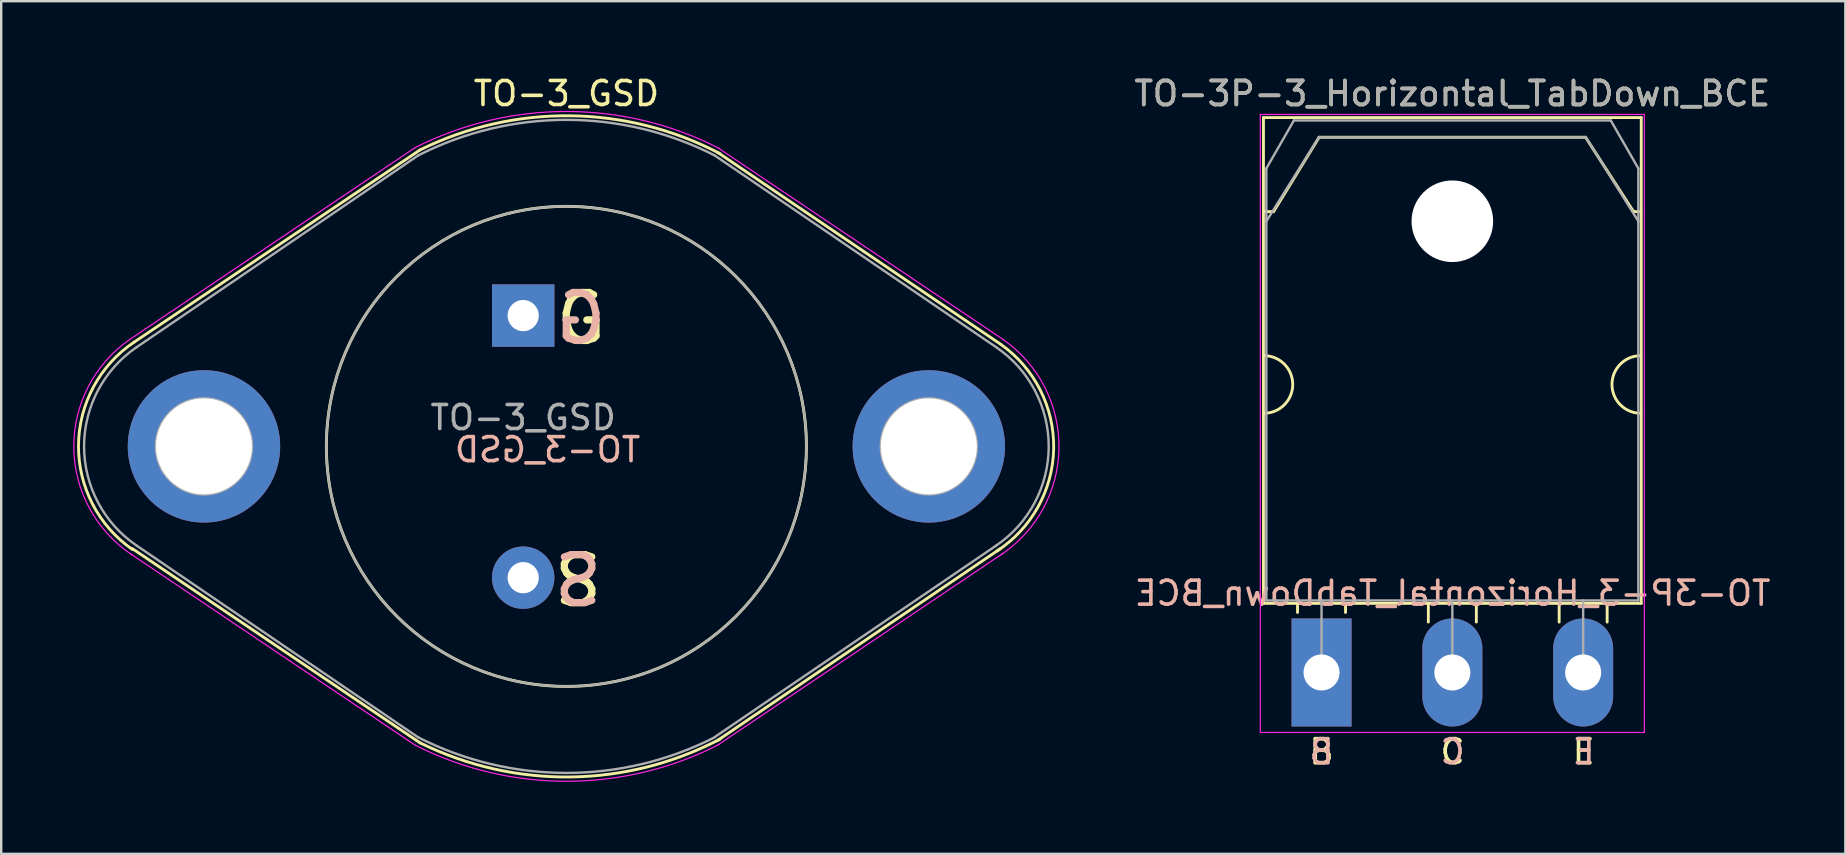
<source format=kicad_pcb>
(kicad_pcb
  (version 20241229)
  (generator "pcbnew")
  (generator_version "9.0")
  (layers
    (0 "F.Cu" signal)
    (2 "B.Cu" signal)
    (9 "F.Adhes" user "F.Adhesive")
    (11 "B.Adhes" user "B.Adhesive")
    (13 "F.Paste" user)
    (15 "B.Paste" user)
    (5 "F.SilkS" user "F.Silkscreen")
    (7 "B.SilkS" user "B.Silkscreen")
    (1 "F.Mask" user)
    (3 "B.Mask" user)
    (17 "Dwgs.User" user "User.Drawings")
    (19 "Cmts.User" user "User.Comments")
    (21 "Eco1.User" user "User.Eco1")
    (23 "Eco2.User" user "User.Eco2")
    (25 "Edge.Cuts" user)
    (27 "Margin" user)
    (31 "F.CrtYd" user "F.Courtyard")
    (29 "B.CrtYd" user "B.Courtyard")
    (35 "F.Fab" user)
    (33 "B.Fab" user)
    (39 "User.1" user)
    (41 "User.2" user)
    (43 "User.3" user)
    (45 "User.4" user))
  (footprint "TO-3_GSD"
    (layer "F.Cu")
    (at 18.748 10.098)
    (property "Reference" "TO-3_GSD" (at 1.8 -9.25 0) (layer "F.SilkS") (effects (font (size 1 1) (thickness 0.15))))
    (fp_line (start -4.3 -6.9) (end -16.2 1.1) (stroke (width 0.12) (type solid)) (layer "F.SilkS"))
    (fp_line (start -4.3 17.8) (end -16.3 9.7) (stroke (width 0.12) (type solid)) (layer "F.SilkS"))
    (fp_line (start 8.1 -6.8) (end 19.9 1.2) (stroke (width 0.12) (type solid)) (layer "F.SilkS"))
    (fp_line (start 8.1 17.7) (end 19.9 9.7) (stroke (width 0.12) (type solid)) (layer "F.SilkS"))
    (fp_arc (start -16.276967 9.747694) (mid -18.527843 5.403471) (end -16.2 1.1) (stroke (width 0.12) (type solid)) (layer "F.SilkS"))
    (fp_arc (start -4.3 -6.9) (mid 1.971643 -8.323273) (end 8.20587 -6.744152) (stroke (width 0.12) (type solid)) (layer "F.SilkS"))
    (fp_arc (start 8.20587 17.644152) (mid 1.971643 19.223273) (end -4.3 17.8) (stroke (width 0.12) (type solid)) (layer "F.SilkS"))
    (fp_arc (start 19.9 1.2) (mid 22.101343 5.542388) (end 19.747176 9.803859) (stroke (width 0.12) (type solid)) (layer "F.SilkS"))
    (fp_circle (center 1.8 5.45) (end 11.8 5.4) (stroke (width 0.12) (type solid)) (fill no) (layer "F.SilkS"))
    (fp_line (start -4.5 -7) (end -16.4 1) (stroke (width 0.05) (type solid)) (layer "F.CrtYd"))
    (fp_line (start -4.5 17.9) (end -16.4 9.9) (stroke (width 0.05) (type solid)) (layer "F.CrtYd"))
    (fp_line (start 8.1 -7) (end 20 1) (stroke (width 0.05) (type solid)) (layer "F.CrtYd"))
    (fp_line (start 8.1 17.9) (end 20 9.9) (stroke (width 0.05) (type solid)) (layer "F.CrtYd"))
    (fp_arc (start -16.296319 9.970461) (mid -18.722967 5.512679) (end -16.4 1) (stroke (width 0.05) (type solid)) (layer "F.CrtYd"))
    (fp_arc (start -4.5 -7) (mid 1.838841 -8.503171) (end 8.169214 -6.964733) (stroke (width 0.05) (type solid)) (layer "F.CrtYd"))
    (fp_arc (start 8.169214 17.864733) (mid 1.838841 19.403171) (end -4.5 17.9) (stroke (width 0.05) (type solid)) (layer "F.CrtYd"))
    (fp_arc (start 20 1) (mid 22.322967 5.512679) (end 19.896319 9.970461) (stroke (width 0.05) (type solid)) (layer "F.CrtYd"))
    (fp_line (start -4.38 -6.67) (end -16.11 1.32) (stroke (width 0.1) (type solid)) (layer "F.Fab"))
    (fp_line (start -4.38 17.57) (end -16.11 9.58) (stroke (width 0.1) (type solid)) (layer "F.Fab"))
    (fp_line (start 7.98 -6.67) (end 19.71 1.32) (stroke (width 0.1) (type solid)) (layer "F.Fab"))
    (fp_line (start 7.98 17.56) (end 19.71 9.58) (stroke (width 0.1) (type solid)) (layer "F.Fab"))
    (fp_arc (start -16.105547 9.583026) (mid -18.295297 5.452692) (end -16.11 1.32) (stroke (width 0.1) (type solid)) (layer "F.Fab"))
    (fp_arc (start -4.38 -6.67) (mid 1.795945 -8.15466) (end 7.972773 -6.673682) (stroke (width 0.1) (type solid)) (layer "F.Fab"))
    (fp_arc (start 7.972773 17.573682) (mid 1.795945 19.05466) (end -4.38 17.57) (stroke (width 0.1) (type solid)) (layer "F.Fab"))
    (fp_arc (start 19.71 1.32) (mid 21.895297 5.452692) (end 19.705547 9.583026) (stroke (width 0.1) (type solid)) (layer "F.Fab"))
    (fp_circle (center -13.3 5.45) (end -15.3 5.45) (stroke (width 0.1) (type solid)) (fill no) (layer "F.Fab"))
    (fp_circle (center 1.8 5.45) (end 11.8 5.45) (stroke (width 0.1) (type solid)) (fill no) (layer "F.Fab"))
    (fp_circle (center 16.9 5.45) (end 18.9 5.45) (stroke (width 0.1) (type solid)) (fill no) (layer "F.Fab"))
    (fp_text user "G" (at 2.413 0.127 0) (unlocked yes) (layer "F.SilkS") (effects (font (size 2 2) (thickness 0.3))))
    (fp_text user "S" (at 2.286 11.049 0) (unlocked yes) (layer "F.SilkS") (effects (font (size 2 2) (thickness 0.3))))
    (fp_text user "${REFERENCE}" (at 1.016 5.588 0) (layer "B.SilkS") (effects (font (size 1 1) (thickness 0.15)) (justify mirror)))
    (fp_text user "S" (at 2.286 11.049 0) (unlocked yes) (layer "B.SilkS") (effects (font (size 2 2) (thickness 0.3)) (justify mirror)))
    (fp_text user "G" (at 2.413 0.127 0) (unlocked yes) (layer "B.SilkS") (effects (font (size 2 2) (thickness 0.3)) (justify mirror)))
    (fp_text user "${REFERENCE}" (at 0 4.25 0) (layer "F.Fab") (effects (font (size 1 1) (thickness 0.15))))
    (pad "1" thru_hole rect (at 0 0) (size 2.6 2.6) (drill 1.3) (layers "*.Cu" "*.Mask"))
    (pad "2" thru_hole circle (at 0 10.92) (size 2.6 2.6) (drill 1.3) (layers "*.Cu" "*.Mask"))
    (pad "3" thru_hole circle (at -13.3 5.45) (size 6.35 6.35) (drill 4) (layers "*.Cu" "*.Mask"))
    (pad "3" thru_hole circle (at 16.9 5.45) (size 6.35 6.35) (drill 4) (layers "*.Cu" "*.Mask")))
  (footprint "TO-3P-3_Horizontal_TabDown_BCE"
    (layer "F.Cu")
    (at 52.01 24.968)
    (property "Reference" "TO-3P-3_Horizontal_TabDown_BCE" (at 5.45 -24.12 0) (layer "F.SilkS") (effects (font (size 1 1) (thickness 0.15))))
    (fp_line (start -2.42 -23.12) (end -2.42 -2.88) (stroke (width 0.12) (type solid)) (layer "F.SilkS"))
    (fp_line (start -2.42 -23.12) (end 13.32 -23.12) (stroke (width 0.12) (type solid)) (layer "F.SilkS"))
    (fp_line (start -2.42 -2.88) (end 13.32 -2.88) (stroke (width 0.12) (type solid)) (layer "F.SilkS"))
    (fp_line (start -2 -19.2) (end -2.4 -19.2) (stroke (width 0.12) (type solid)) (layer "F.SilkS"))
    (fp_line (start -2 -19.2) (end -0.1 -22.3) (stroke (width 0.12) (type solid)) (layer "F.SilkS"))
    (fp_line (start -1 -2.85) (end -1 -2.5) (stroke (width 0.12) (type solid)) (layer "F.SilkS"))
    (fp_line (start -0.1 -22.3) (end 11 -22.3) (stroke (width 0.12) (type solid)) (layer "F.SilkS"))
    (fp_line (start 1 -2.85) (end 1 -2.5) (stroke (width 0.12) (type solid)) (layer "F.SilkS"))
    (fp_line (start 4.45 -2.85) (end 4.45 -2.1) (stroke (width 0.12) (type solid)) (layer "F.SilkS"))
    (fp_line (start 6.45 -2.85) (end 6.45 -2.1) (stroke (width 0.12) (type solid)) (layer "F.SilkS"))
    (fp_line (start 9.9 -2.85) (end 9.9 -2.1) (stroke (width 0.12) (type solid)) (layer "F.SilkS"))
    (fp_line (start 11 -22.3) (end 13 -19.2) (stroke (width 0.12) (type solid)) (layer "F.SilkS"))
    (fp_line (start 11.9 -2.85) (end 11.9 -2.1) (stroke (width 0.12) (type solid)) (layer "F.SilkS"))
    (fp_line (start 13 -19.2) (end 13.3 -19.2) (stroke (width 0.12) (type solid)) (layer "F.SilkS"))
    (fp_line (start 13.32 -23.12) (end 13.32 -2.88) (stroke (width 0.12) (type solid)) (layer "F.SilkS"))
    (fp_arc (start -2.4 -13.2) (mid -1.2 -12) (end -2.4 -10.8) (stroke (width 0.12) (type solid)) (layer "F.SilkS"))
    (fp_arc (start 13.3 -10.8) (mid 12.1 -12) (end 13.3 -13.2) (stroke (width 0.12) (type solid)) (layer "F.SilkS"))
    (fp_line (start -2.55 -23.25) (end -2.55 2.5) (stroke (width 0.05) (type solid)) (layer "F.CrtYd"))
    (fp_line (start -2.55 2.5) (end 13.45 2.5) (stroke (width 0.05) (type solid)) (layer "F.CrtYd"))
    (fp_line (start 13.45 -23.25) (end -2.55 -23.25) (stroke (width 0.05) (type solid)) (layer "F.CrtYd"))
    (fp_line (start 13.45 2.5) (end 13.45 -23.25) (stroke (width 0.05) (type solid)) (layer "F.CrtYd"))
    (fp_line (start -2.3 -21) (end -1.15 -23) (stroke (width 0.1) (type solid)) (layer "F.Fab"))
    (fp_line (start -2.3 -18.8) (end -2.3 -21) (stroke (width 0.1) (type solid)) (layer "F.Fab"))
    (fp_line (start -2.3 -18.8) (end -0.11 -22.3) (stroke (width 0.1) (type solid)) (layer "F.Fab"))
    (fp_line (start -2.3 -3) (end -2.3 -18.8) (stroke (width 0.1) (type solid)) (layer "F.Fab"))
    (fp_line (start -1.15 -23) (end 12.05 -23) (stroke (width 0.1) (type solid)) (layer "F.Fab"))
    (fp_line (start -0.11 -22.3) (end 11.01 -22.3) (stroke (width 0.1) (type solid)) (layer "F.Fab"))
    (fp_line (start 0 -3) (end 0 0) (stroke (width 0.1) (type solid)) (layer "F.Fab"))
    (fp_line (start 5.45 -3) (end 5.45 0) (stroke (width 0.1) (type solid)) (layer "F.Fab"))
    (fp_line (start 10.9 -3) (end 10.9 0) (stroke (width 0.1) (type solid)) (layer "F.Fab"))
    (fp_line (start 11.01 -22.3) (end 13.2 -18.8) (stroke (width 0.1) (type solid)) (layer "F.Fab"))
    (fp_line (start 12.05 -23) (end 13.2 -21) (stroke (width 0.1) (type solid)) (layer "F.Fab"))
    (fp_line (start 13.2 -21) (end 13.2 -18.8) (stroke (width 0.1) (type solid)) (layer "F.Fab"))
    (fp_line (start 13.2 -18.8) (end 13.2 -3) (stroke (width 0.1) (type solid)) (layer "F.Fab"))
    (fp_line (start 13.2 -3) (end -2.3 -3) (stroke (width 0.1) (type solid)) (layer "F.Fab"))
    (fp_circle (center 5.45 -18.8) (end 7.05 -18.8) (stroke (width 0.1) (type solid)) (fill no) (layer "F.Fab"))
    (fp_text user "B" (at 0 3.302 0) (layer "F.SilkS") (effects (font (size 1 1) (thickness 0.15))))
    (fp_text user "C" (at 5.461 3.302 0) (layer "F.SilkS") (effects (font (size 1 1) (thickness 0.15))))
    (fp_text user "E" (at 10.922 3.302 0) (layer "F.SilkS") (effects (font (size 1 1) (thickness 0.15))))
    (fp_text user "B" (at 0 3.302 0) (layer "B.SilkS") (effects (font (size 1 1) (thickness 0.15)) (justify mirror)))
    (fp_text user "${REFERENCE}" (at 5.461 -3.302 0) (layer "B.SilkS") (effects (font (size 1 1) (thickness 0.15)) (justify mirror)))
    (fp_text user "C" (at 5.461 3.302 0) (layer "B.SilkS") (effects (font (size 1 1) (thickness 0.15)) (justify mirror)))
    (fp_text user "E" (at 10.922 3.302 0) (layer "B.SilkS") (effects (font (size 1 1) (thickness 0.15)) (justify mirror)))
    (fp_text user "${REFERENCE}" (at 5.45 -24.12 0) (layer "F.Fab") (effects (font (size 1 1) (thickness 0.15))))
    (pad "" np_thru_hole oval (at 5.45 -18.8) (size 3.4 3.4) (drill 3.4) (layers "*.Cu" "*.Mask"))
    (pad "1" thru_hole rect (at 0 0) (size 2.5 4.5) (drill 1.5) (layers "*.Cu" "*.Mask"))
    (pad "2" thru_hole oval (at 5.45 0) (size 2.5 4.5) (drill 1.5) (layers "*.Cu" "*.Mask"))
    (pad "3" thru_hole oval (at 10.9 0) (size 2.5 4.5) (drill 1.5) (layers "*.Cu" "*.Mask")))
  (gr_rect
    (start -3 -3)
    (end 73.834 32.526)
    (stroke (width 0.1) (type default))
    (fill no)
    (layer "Edge.Cuts")))
</source>
